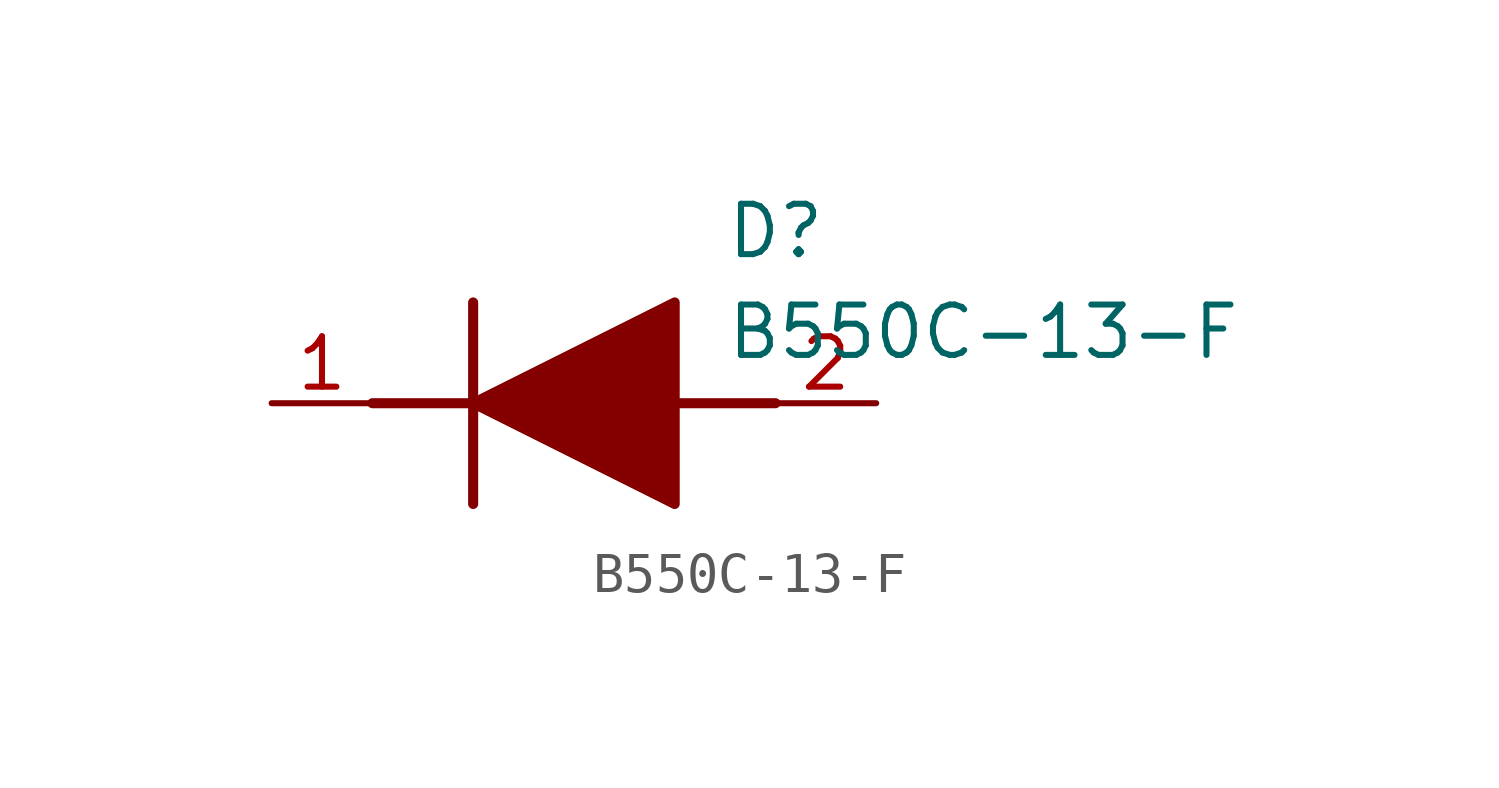
<source format=kicad_sym>
(kicad_symbol_lib
  (version 20211014)
  (generator SamacSys_ECAD_Model)
  (symbol "B550C-13-F"
    (pin_names hide)
    (property "Reference" "D"
      (at 11.43 5.08 0)
      (effects (font (size 1.27 1.27)) (justify left top)))
    (property "Value" "B550C-13-F"
      (at 11.43 2.54 0)
      (effects (font (size 1.27 1.27)) (justify left top)))
    (polyline
      (pts (xy 5.08 2.54) (xy 5.08 -2.54))
      (stroke (width 0.254) (type default))
      (fill (type none)))
    (polyline
      (pts (xy 2.54 0) (xy 5.08 0))
      (stroke (width 0.254) (type default))
      (fill (type none)))
    (polyline
      (pts (xy 10.16 0) (xy 12.7 0))
      (stroke (width 0.254) (type default))
      (fill (type none)))
    (polyline
      (pts (xy 5.08 0) (xy 10.16 2.54) (xy 10.16 -2.54) (xy 5.08 0))
      (stroke (width 0.254) (type default))
      (fill (type outline)))
    (pin passive line
      (at 0 0 0)
      (length 2.54)
      (name "K" (effects (font (size 1.27 1.27))))
      (number "1" (effects (font (size 1.27 1.27)))))
    (pin passive line
      (at 15.24 0 180)
      (length 2.54)
      (name "A" (effects (font (size 1.27 1.27))))
      (number "2" (effects (font (size 1.27 1.27)))))))
</source>
